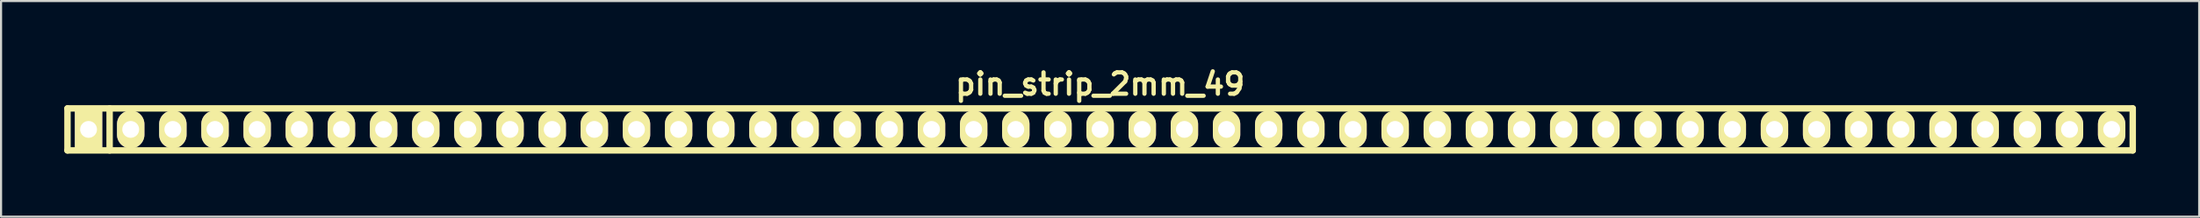
<source format=kicad_pcb>
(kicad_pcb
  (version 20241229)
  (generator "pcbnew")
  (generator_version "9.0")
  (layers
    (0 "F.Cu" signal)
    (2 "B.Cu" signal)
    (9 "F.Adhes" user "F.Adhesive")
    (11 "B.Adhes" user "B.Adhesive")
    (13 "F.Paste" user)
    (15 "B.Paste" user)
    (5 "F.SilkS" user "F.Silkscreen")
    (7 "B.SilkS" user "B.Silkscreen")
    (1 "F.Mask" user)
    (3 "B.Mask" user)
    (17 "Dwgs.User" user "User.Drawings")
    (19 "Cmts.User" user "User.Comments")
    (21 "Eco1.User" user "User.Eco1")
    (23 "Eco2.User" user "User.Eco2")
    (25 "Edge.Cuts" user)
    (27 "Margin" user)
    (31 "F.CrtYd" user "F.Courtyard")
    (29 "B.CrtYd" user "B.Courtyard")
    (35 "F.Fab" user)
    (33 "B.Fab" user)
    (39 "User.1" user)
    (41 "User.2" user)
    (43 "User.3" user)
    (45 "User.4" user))
  (footprint "pin_strip_2mm_49"
    (layer "F.Cu")
    (at 49.152 3.11)
    (property "Reference" "pin_strip_2mm_49" (at 0 -2.159 0) (layer "F.SilkS") (effects (font (size 1.016 1.016) (thickness 0.203))))
    (attr through_hole)
    (fp_line (start -49 -1) (end 49 -1) (stroke (width 0.305) (type solid)) (layer "F.SilkS"))
    (fp_line (start -49 1) (end -49 -1) (stroke (width 0.305) (type solid)) (layer "F.SilkS"))
    (fp_line (start -47 -1) (end -47 1) (stroke (width 0.305) (type solid)) (layer "F.SilkS"))
    (fp_line (start 49 -1) (end 49 1) (stroke (width 0.305) (type solid)) (layer "F.SilkS"))
    (fp_line (start 49 1) (end -49 1) (stroke (width 0.305) (type solid)) (layer "F.SilkS"))
    (pad "1" thru_hole rect (at -48 0) (size 1.3 1.8) (drill 0.8) (layers "*.Cu" "*.Mask" "F.SilkS"))
    (pad "2" thru_hole oval (at -46 0) (size 1.3 1.8) (drill 0.8) (layers "*.Cu" "*.Mask" "F.SilkS"))
    (pad "3" thru_hole oval (at -44 0) (size 1.3 1.8) (drill 0.8) (layers "*.Cu" "*.Mask" "F.SilkS"))
    (pad "4" thru_hole oval (at -42 0) (size 1.3 1.8) (drill 0.8) (layers "*.Cu" "*.Mask" "F.SilkS"))
    (pad "5" thru_hole oval (at -40 0) (size 1.3 1.8) (drill 0.8) (layers "*.Cu" "*.Mask" "F.SilkS"))
    (pad "6" thru_hole oval (at -38 0) (size 1.3 1.8) (drill 0.8) (layers "*.Cu" "*.Mask" "F.SilkS"))
    (pad "7" thru_hole oval (at -36 0) (size 1.3 1.8) (drill 0.8) (layers "*.Cu" "*.Mask" "F.SilkS"))
    (pad "8" thru_hole oval (at -34 0) (size 1.3 1.8) (drill 0.8) (layers "*.Cu" "*.Mask" "F.SilkS"))
    (pad "9" thru_hole oval (at -32 0) (size 1.3 1.8) (drill 0.8) (layers "*.Cu" "*.Mask" "F.SilkS"))
    (pad "10" thru_hole oval (at -30 0) (size 1.3 1.8) (drill 0.8) (layers "*.Cu" "*.Mask" "F.SilkS"))
    (pad "11" thru_hole oval (at -28 0) (size 1.3 1.8) (drill 0.8) (layers "*.Cu" "*.Mask" "F.SilkS"))
    (pad "12" thru_hole oval (at -26 0) (size 1.3 1.8) (drill 0.8) (layers "*.Cu" "*.Mask" "F.SilkS"))
    (pad "13" thru_hole oval (at -24 0) (size 1.3 1.8) (drill 0.8) (layers "*.Cu" "*.Mask" "F.SilkS"))
    (pad "14" thru_hole oval (at -22 0) (size 1.3 1.8) (drill 0.8) (layers "*.Cu" "*.Mask" "F.SilkS"))
    (pad "15" thru_hole oval (at -20 0) (size 1.3 1.8) (drill 0.8) (layers "*.Cu" "*.Mask" "F.SilkS"))
    (pad "16" thru_hole oval (at -18 0) (size 1.3 1.8) (drill 0.8) (layers "*.Cu" "*.Mask" "F.SilkS"))
    (pad "17" thru_hole oval (at -16 0) (size 1.3 1.8) (drill 0.8) (layers "*.Cu" "*.Mask" "F.SilkS"))
    (pad "18" thru_hole oval (at -14 0) (size 1.3 1.8) (drill 0.8) (layers "*.Cu" "*.Mask" "F.SilkS"))
    (pad "19" thru_hole oval (at -12 0) (size 1.3 1.8) (drill 0.8) (layers "*.Cu" "*.Mask" "F.SilkS"))
    (pad "20" thru_hole oval (at -10 0) (size 1.3 1.8) (drill 0.8) (layers "*.Cu" "*.Mask" "F.SilkS"))
    (pad "21" thru_hole oval (at -8 0) (size 1.3 1.8) (drill 0.8) (layers "*.Cu" "*.Mask" "F.SilkS"))
    (pad "22" thru_hole oval (at -6 0) (size 1.3 1.8) (drill 0.8) (layers "*.Cu" "*.Mask" "F.SilkS"))
    (pad "23" thru_hole oval (at -4 0) (size 1.3 1.8) (drill 0.8) (layers "*.Cu" "*.Mask" "F.SilkS"))
    (pad "24" thru_hole oval (at -2 0) (size 1.3 1.8) (drill 0.8) (layers "*.Cu" "*.Mask" "F.SilkS"))
    (pad "25" thru_hole oval (at 0 0) (size 1.3 1.8) (drill 0.8) (layers "*.Cu" "*.Mask" "F.SilkS"))
    (pad "26" thru_hole oval (at 2 0) (size 1.3 1.8) (drill 0.8) (layers "*.Cu" "*.Mask" "F.SilkS"))
    (pad "27" thru_hole oval (at 4 0) (size 1.3 1.8) (drill 0.8) (layers "*.Cu" "*.Mask" "F.SilkS"))
    (pad "28" thru_hole oval (at 6 0) (size 1.3 1.8) (drill 0.8) (layers "*.Cu" "*.Mask" "F.SilkS"))
    (pad "29" thru_hole oval (at 8 0) (size 1.3 1.8) (drill 0.8) (layers "*.Cu" "*.Mask" "F.SilkS"))
    (pad "30" thru_hole oval (at 10 0) (size 1.3 1.8) (drill 0.8) (layers "*.Cu" "*.Mask" "F.SilkS"))
    (pad "31" thru_hole oval (at 12 0) (size 1.3 1.8) (drill 0.8) (layers "*.Cu" "*.Mask" "F.SilkS"))
    (pad "32" thru_hole oval (at 14 0) (size 1.3 1.8) (drill 0.8) (layers "*.Cu" "*.Mask" "F.SilkS"))
    (pad "33" thru_hole oval (at 16 0) (size 1.3 1.8) (drill 0.8) (layers "*.Cu" "*.Mask" "F.SilkS"))
    (pad "34" thru_hole oval (at 18 0) (size 1.3 1.8) (drill 0.8) (layers "*.Cu" "*.Mask" "F.SilkS"))
    (pad "35" thru_hole oval (at 20 0) (size 1.3 1.8) (drill 0.8) (layers "*.Cu" "*.Mask" "F.SilkS"))
    (pad "36" thru_hole oval (at 22 0) (size 1.3 1.8) (drill 0.8) (layers "*.Cu" "*.Mask" "F.SilkS"))
    (pad "37" thru_hole oval (at 24 0) (size 1.3 1.8) (drill 0.8) (layers "*.Cu" "*.Mask" "F.SilkS"))
    (pad "38" thru_hole oval (at 26 0) (size 1.3 1.8) (drill 0.8) (layers "*.Cu" "*.Mask" "F.SilkS"))
    (pad "39" thru_hole oval (at 28 0) (size 1.3 1.8) (drill 0.8) (layers "*.Cu" "*.Mask" "F.SilkS"))
    (pad "40" thru_hole oval (at 30 0) (size 1.3 1.8) (drill 0.8) (layers "*.Cu" "*.Mask" "F.SilkS"))
    (pad "41" thru_hole oval (at 32 0) (size 1.3 1.8) (drill 0.8) (layers "*.Cu" "*.Mask" "F.SilkS"))
    (pad "42" thru_hole oval (at 34 0) (size 1.3 1.8) (drill 0.8) (layers "*.Cu" "*.Mask" "F.SilkS"))
    (pad "43" thru_hole oval (at 36 0) (size 1.3 1.8) (drill 0.8) (layers "*.Cu" "*.Mask" "F.SilkS"))
    (pad "44" thru_hole oval (at 38 0) (size 1.3 1.8) (drill 0.8) (layers "*.Cu" "*.Mask" "F.SilkS"))
    (pad "45" thru_hole oval (at 40 0) (size 1.3 1.8) (drill 0.8) (layers "*.Cu" "*.Mask" "F.SilkS"))
    (pad "46" thru_hole oval (at 42 0) (size 1.3 1.8) (drill 0.8) (layers "*.Cu" "*.Mask" "F.SilkS"))
    (pad "47" thru_hole oval (at 44 0) (size 1.3 1.8) (drill 0.8) (layers "*.Cu" "*.Mask" "F.SilkS"))
    (pad "48" thru_hole oval (at 46 0) (size 1.3 1.8) (drill 0.8) (layers "*.Cu" "*.Mask" "F.SilkS"))
    (pad "49" thru_hole oval (at 48 0) (size 1.3 1.8) (drill 0.8) (layers "*.Cu" "*.Mask" "F.SilkS")))
  (gr_rect
    (start -3 -3)
    (end 101.305 7.262)
    (stroke (width 0.1) (type default))
    (fill no)
    (layer "Edge.Cuts")))
</source>
